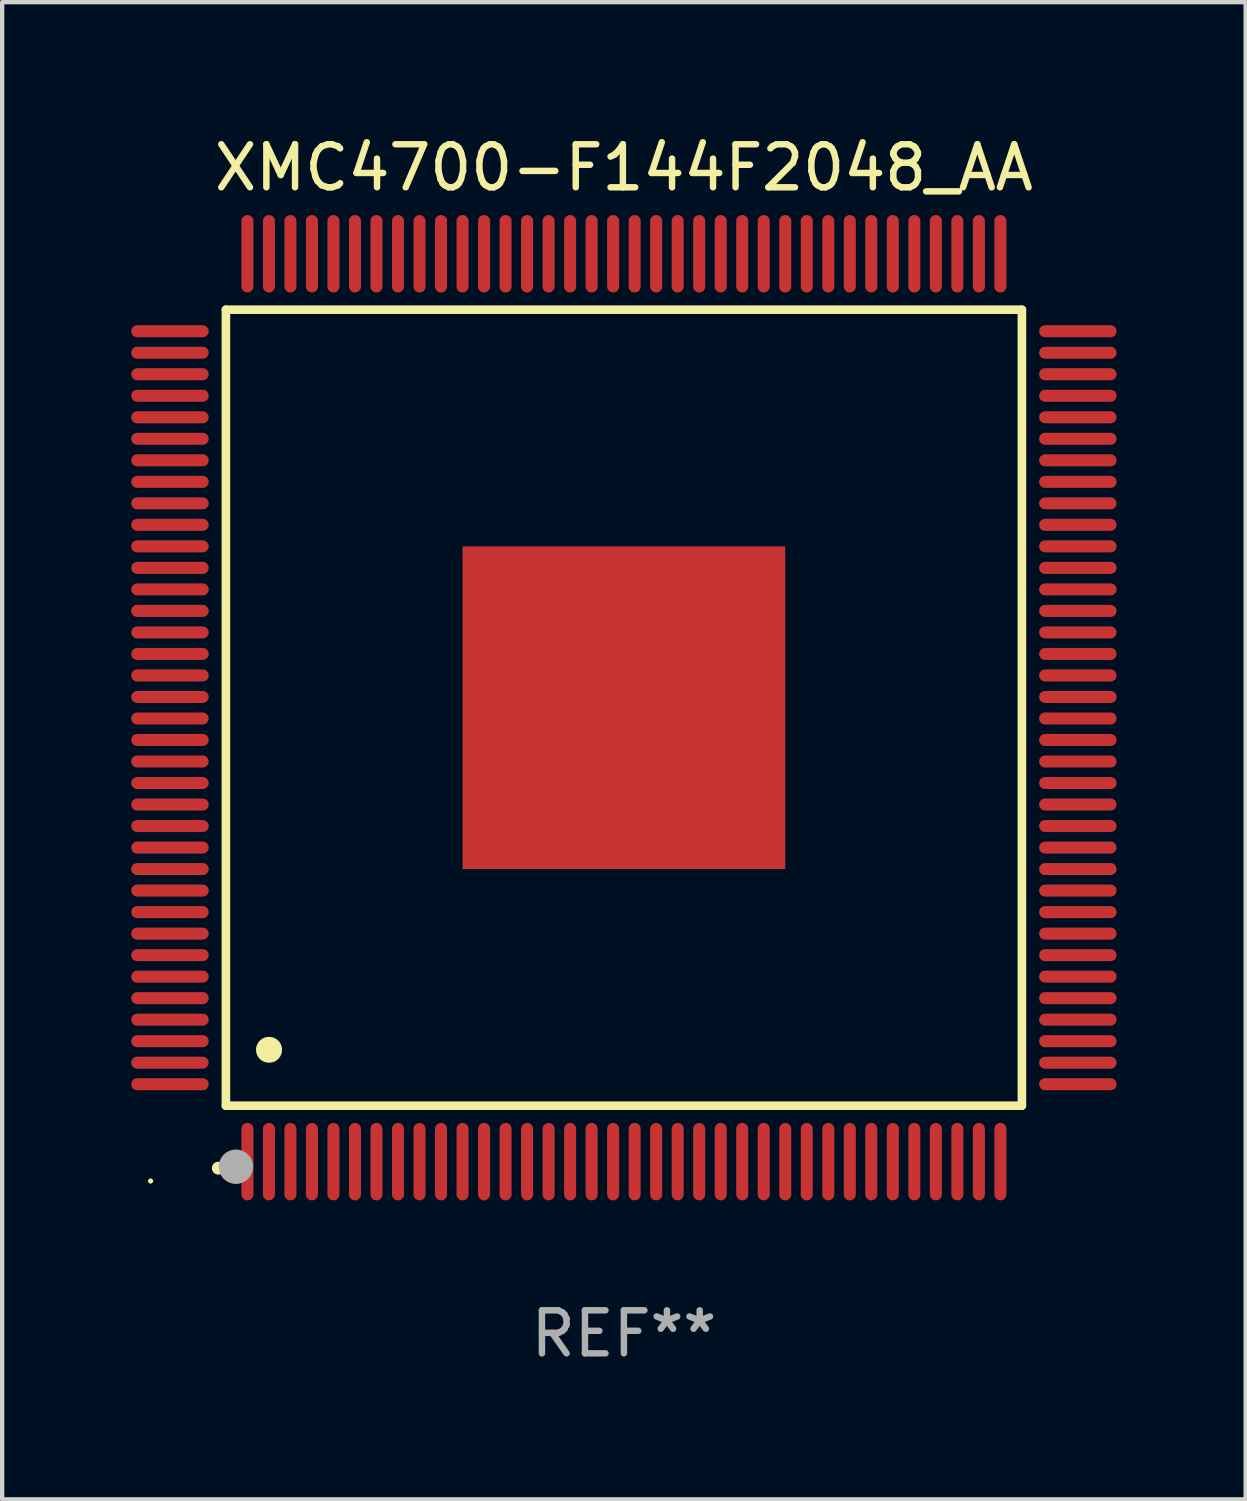
<source format=kicad_pcb>
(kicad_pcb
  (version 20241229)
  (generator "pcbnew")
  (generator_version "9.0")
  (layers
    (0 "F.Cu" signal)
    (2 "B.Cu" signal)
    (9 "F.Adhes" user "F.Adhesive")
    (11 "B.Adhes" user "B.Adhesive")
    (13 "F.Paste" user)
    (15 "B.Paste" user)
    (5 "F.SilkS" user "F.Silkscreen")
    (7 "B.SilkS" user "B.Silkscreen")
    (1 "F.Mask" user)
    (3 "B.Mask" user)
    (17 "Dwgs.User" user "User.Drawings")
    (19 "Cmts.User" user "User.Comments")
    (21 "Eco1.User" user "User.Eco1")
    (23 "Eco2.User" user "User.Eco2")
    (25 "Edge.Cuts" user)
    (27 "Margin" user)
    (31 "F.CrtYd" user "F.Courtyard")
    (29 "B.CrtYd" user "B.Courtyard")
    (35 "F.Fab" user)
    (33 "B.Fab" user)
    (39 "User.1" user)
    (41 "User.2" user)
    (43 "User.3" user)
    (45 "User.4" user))
  (footprint "XMC4700-F144F2048_AA"
    (layer "F.Cu")
    (at 11.45 13.398)
    (property "Reference" "XMC4700-F144F2048_AA" (at 0 -12.55 0) (layer "F.SilkS") (effects (font (size 1 1) (thickness 0.15))))
    (attr through_hole)
    (fp_line (start -9.25 -9.25) (end 9.25 -9.25) (stroke (width 0.2) (type solid)) (layer "F.SilkS"))
    (fp_line (start -9.25 9.25) (end -9.25 -9.25) (stroke (width 0.2) (type solid)) (layer "F.SilkS"))
    (fp_line (start 9.25 -9.25) (end 9.25 9.25) (stroke (width 0.2) (type solid)) (layer "F.SilkS"))
    (fp_line (start 9.25 9.25) (end -9.25 9.25) (stroke (width 0.2) (type solid)) (layer "F.SilkS"))
    (fp_arc (start -9.425959 10.701041) (mid -9.424689 10.701036) (end -9.423419 10.701041) (stroke (width 0.3) (type solid)) (layer "F.SilkS"))
    (fp_arc (start -8.249936 7.950216) (mid -8.247396 7.950205) (end -8.244856 7.950216) (stroke (width 0.6) (type solid)) (layer "F.SilkS"))
    (fp_circle (center -11 11) (end -10.97 11) (stroke (width 0.06) (type solid)) (fill no) (layer "F.SilkS"))
    (fp_circle (center -9.017 10.668) (end -8.817 10.668) (stroke (width 0.4) (type solid)) (fill no) (layer "F.Fab"))
    (fp_text user "REF**" (at 0 14.55 0) (layer "F.Fab") (effects (font (size 1 1) (thickness 0.15))))
    (pad "1" smd oval (at -8.75 10.55 180) (size 0.28 1.8) (layers "F.Cu" "F.Mask" "F.Paste"))
    (pad "2" smd oval (at -8.25 10.55 180) (size 0.28 1.8) (layers "F.Cu" "F.Mask" "F.Paste"))
    (pad "3" smd oval (at -7.75 10.55 180) (size 0.28 1.8) (layers "F.Cu" "F.Mask" "F.Paste"))
    (pad "4" smd oval (at -7.25 10.55 180) (size 0.28 1.8) (layers "F.Cu" "F.Mask" "F.Paste"))
    (pad "5" smd oval (at -6.75 10.55 180) (size 0.28 1.8) (layers "F.Cu" "F.Mask" "F.Paste"))
    (pad "6" smd oval (at -6.25 10.55 180) (size 0.28 1.8) (layers "F.Cu" "F.Mask" "F.Paste"))
    (pad "7" smd oval (at -5.75 10.55 180) (size 0.28 1.8) (layers "F.Cu" "F.Mask" "F.Paste"))
    (pad "8" smd oval (at -5.25 10.55 180) (size 0.28 1.8) (layers "F.Cu" "F.Mask" "F.Paste"))
    (pad "9" smd oval (at -4.75 10.55 180) (size 0.28 1.8) (layers "F.Cu" "F.Mask" "F.Paste"))
    (pad "10" smd oval (at -4.25 10.55 180) (size 0.28 1.8) (layers "F.Cu" "F.Mask" "F.Paste"))
    (pad "11" smd oval (at -3.75 10.55 180) (size 0.28 1.8) (layers "F.Cu" "F.Mask" "F.Paste"))
    (pad "12" smd oval (at -3.25 10.55 180) (size 0.28 1.8) (layers "F.Cu" "F.Mask" "F.Paste"))
    (pad "13" smd oval (at -2.75 10.55 180) (size 0.28 1.8) (layers "F.Cu" "F.Mask" "F.Paste"))
    (pad "14" smd oval (at -2.25 10.55 180) (size 0.28 1.8) (layers "F.Cu" "F.Mask" "F.Paste"))
    (pad "15" smd oval (at -1.75 10.55 180) (size 0.28 1.8) (layers "F.Cu" "F.Mask" "F.Paste"))
    (pad "16" smd oval (at -1.25 10.55 180) (size 0.28 1.8) (layers "F.Cu" "F.Mask" "F.Paste"))
    (pad "17" smd oval (at -0.75 10.55 180) (size 0.28 1.8) (layers "F.Cu" "F.Mask" "F.Paste"))
    (pad "18" smd oval (at -0.25 10.55 180) (size 0.28 1.8) (layers "F.Cu" "F.Mask" "F.Paste"))
    (pad "19" smd oval (at 0.25 10.55 180) (size 0.28 1.8) (layers "F.Cu" "F.Mask" "F.Paste"))
    (pad "20" smd oval (at 0.75 10.55 180) (size 0.28 1.8) (layers "F.Cu" "F.Mask" "F.Paste"))
    (pad "21" smd oval (at 1.25 10.55 180) (size 0.28 1.8) (layers "F.Cu" "F.Mask" "F.Paste"))
    (pad "22" smd oval (at 1.75 10.55 180) (size 0.28 1.8) (layers "F.Cu" "F.Mask" "F.Paste"))
    (pad "23" smd oval (at 2.25 10.55 180) (size 0.28 1.8) (layers "F.Cu" "F.Mask" "F.Paste"))
    (pad "24" smd oval (at 2.75 10.55 180) (size 0.28 1.8) (layers "F.Cu" "F.Mask" "F.Paste"))
    (pad "25" smd oval (at 3.25 10.55 180) (size 0.28 1.8) (layers "F.Cu" "F.Mask" "F.Paste"))
    (pad "26" smd oval (at 3.75 10.55 180) (size 0.28 1.8) (layers "F.Cu" "F.Mask" "F.Paste"))
    (pad "27" smd oval (at 4.25 10.55 180) (size 0.28 1.8) (layers "F.Cu" "F.Mask" "F.Paste"))
    (pad "28" smd oval (at 4.75 10.55 180) (size 0.28 1.8) (layers "F.Cu" "F.Mask" "F.Paste"))
    (pad "29" smd oval (at 5.25 10.55 180) (size 0.28 1.8) (layers "F.Cu" "F.Mask" "F.Paste"))
    (pad "30" smd oval (at 5.75 10.55 180) (size 0.28 1.8) (layers "F.Cu" "F.Mask" "F.Paste"))
    (pad "31" smd oval (at 6.25 10.55 180) (size 0.28 1.8) (layers "F.Cu" "F.Mask" "F.Paste"))
    (pad "32" smd oval (at 6.75 10.55 180) (size 0.28 1.8) (layers "F.Cu" "F.Mask" "F.Paste"))
    (pad "33" smd oval (at 7.25 10.55 180) (size 0.28 1.8) (layers "F.Cu" "F.Mask" "F.Paste"))
    (pad "34" smd oval (at 7.75 10.55 180) (size 0.28 1.8) (layers "F.Cu" "F.Mask" "F.Paste"))
    (pad "35" smd oval (at 8.25 10.55 180) (size 0.28 1.8) (layers "F.Cu" "F.Mask" "F.Paste"))
    (pad "36" smd oval (at 8.75 10.55 180) (size 0.28 1.8) (layers "F.Cu" "F.Mask" "F.Paste"))
    (pad "37" smd oval (at 10.55 8.75 90) (size 0.28 1.8) (layers "F.Cu" "F.Mask" "F.Paste"))
    (pad "38" smd oval (at 10.55 8.25 90) (size 0.28 1.8) (layers "F.Cu" "F.Mask" "F.Paste"))
    (pad "39" smd oval (at 10.55 7.75 90) (size 0.28 1.8) (layers "F.Cu" "F.Mask" "F.Paste"))
    (pad "40" smd oval (at 10.55 7.25 90) (size 0.28 1.8) (layers "F.Cu" "F.Mask" "F.Paste"))
    (pad "41" smd oval (at 10.55 6.75 90) (size 0.28 1.8) (layers "F.Cu" "F.Mask" "F.Paste"))
    (pad "42" smd oval (at 10.55 6.25 90) (size 0.28 1.8) (layers "F.Cu" "F.Mask" "F.Paste"))
    (pad "43" smd oval (at 10.55 5.75 90) (size 0.28 1.8) (layers "F.Cu" "F.Mask" "F.Paste"))
    (pad "44" smd oval (at 10.55 5.25 90) (size 0.28 1.8) (layers "F.Cu" "F.Mask" "F.Paste"))
    (pad "45" smd oval (at 10.55 4.75 90) (size 0.28 1.8) (layers "F.Cu" "F.Mask" "F.Paste"))
    (pad "46" smd oval (at 10.55 4.25 90) (size 0.28 1.8) (layers "F.Cu" "F.Mask" "F.Paste"))
    (pad "47" smd oval (at 10.55 3.75 90) (size 0.28 1.8) (layers "F.Cu" "F.Mask" "F.Paste"))
    (pad "48" smd oval (at 10.55 3.25 90) (size 0.28 1.8) (layers "F.Cu" "F.Mask" "F.Paste"))
    (pad "49" smd oval (at 10.55 2.75 90) (size 0.28 1.8) (layers "F.Cu" "F.Mask" "F.Paste"))
    (pad "50" smd oval (at 10.55 2.25 90) (size 0.28 1.8) (layers "F.Cu" "F.Mask" "F.Paste"))
    (pad "51" smd oval (at 10.55 1.75 90) (size 0.28 1.8) (layers "F.Cu" "F.Mask" "F.Paste"))
    (pad "52" smd oval (at 10.55 1.25 90) (size 0.28 1.8) (layers "F.Cu" "F.Mask" "F.Paste"))
    (pad "53" smd oval (at 10.55 0.75 90) (size 0.28 1.8) (layers "F.Cu" "F.Mask" "F.Paste"))
    (pad "54" smd oval (at 10.55 0.25 90) (size 0.28 1.8) (layers "F.Cu" "F.Mask" "F.Paste"))
    (pad "55" smd oval (at 10.55 -0.25 90) (size 0.28 1.8) (layers "F.Cu" "F.Mask" "F.Paste"))
    (pad "56" smd oval (at 10.55 -0.75 90) (size 0.28 1.8) (layers "F.Cu" "F.Mask" "F.Paste"))
    (pad "57" smd oval (at 10.55 -1.25 90) (size 0.28 1.8) (layers "F.Cu" "F.Mask" "F.Paste"))
    (pad "58" smd oval (at 10.55 -1.75 90) (size 0.28 1.8) (layers "F.Cu" "F.Mask" "F.Paste"))
    (pad "59" smd oval (at 10.55 -2.25 90) (size 0.28 1.8) (layers "F.Cu" "F.Mask" "F.Paste"))
    (pad "60" smd oval (at 10.55 -2.75 90) (size 0.28 1.8) (layers "F.Cu" "F.Mask" "F.Paste"))
    (pad "61" smd oval (at 10.55 -3.25 90) (size 0.28 1.8) (layers "F.Cu" "F.Mask" "F.Paste"))
    (pad "62" smd oval (at 10.55 -3.75 90) (size 0.28 1.8) (layers "F.Cu" "F.Mask" "F.Paste"))
    (pad "63" smd oval (at 10.55 -4.25 90) (size 0.28 1.8) (layers "F.Cu" "F.Mask" "F.Paste"))
    (pad "64" smd oval (at 10.55 -4.75 90) (size 0.28 1.8) (layers "F.Cu" "F.Mask" "F.Paste"))
    (pad "65" smd oval (at 10.55 -5.25 90) (size 0.28 1.8) (layers "F.Cu" "F.Mask" "F.Paste"))
    (pad "66" smd oval (at 10.55 -5.75 90) (size 0.28 1.8) (layers "F.Cu" "F.Mask" "F.Paste"))
    (pad "67" smd oval (at 10.55 -6.25 90) (size 0.28 1.8) (layers "F.Cu" "F.Mask" "F.Paste"))
    (pad "68" smd oval (at 10.55 -6.75 90) (size 0.28 1.8) (layers "F.Cu" "F.Mask" "F.Paste"))
    (pad "69" smd oval (at 10.55 -7.25 90) (size 0.28 1.8) (layers "F.Cu" "F.Mask" "F.Paste"))
    (pad "70" smd oval (at 10.55 -7.75 90) (size 0.28 1.8) (layers "F.Cu" "F.Mask" "F.Paste"))
    (pad "71" smd oval (at 10.55 -8.25 90) (size 0.28 1.8) (layers "F.Cu" "F.Mask" "F.Paste"))
    (pad "72" smd oval (at 10.55 -8.75 90) (size 0.28 1.8) (layers "F.Cu" "F.Mask" "F.Paste"))
    (pad "73" smd oval (at 8.75 -10.55 180) (size 0.28 1.8) (layers "F.Cu" "F.Mask" "F.Paste"))
    (pad "74" smd oval (at 8.25 -10.55 180) (size 0.28 1.8) (layers "F.Cu" "F.Mask" "F.Paste"))
    (pad "75" smd oval (at 7.75 -10.55 180) (size 0.28 1.8) (layers "F.Cu" "F.Mask" "F.Paste"))
    (pad "76" smd oval (at 7.25 -10.55 180) (size 0.28 1.8) (layers "F.Cu" "F.Mask" "F.Paste"))
    (pad "77" smd oval (at 6.75 -10.55 180) (size 0.28 1.8) (layers "F.Cu" "F.Mask" "F.Paste"))
    (pad "78" smd oval (at 6.25 -10.55 180) (size 0.28 1.8) (layers "F.Cu" "F.Mask" "F.Paste"))
    (pad "79" smd oval (at 5.75 -10.55 180) (size 0.28 1.8) (layers "F.Cu" "F.Mask" "F.Paste"))
    (pad "80" smd oval (at 5.25 -10.55 180) (size 0.28 1.8) (layers "F.Cu" "F.Mask" "F.Paste"))
    (pad "81" smd oval (at 4.75 -10.55 180) (size 0.28 1.8) (layers "F.Cu" "F.Mask" "F.Paste"))
    (pad "82" smd oval (at 4.25 -10.55 180) (size 0.28 1.8) (layers "F.Cu" "F.Mask" "F.Paste"))
    (pad "83" smd oval (at 3.75 -10.55 180) (size 0.28 1.8) (layers "F.Cu" "F.Mask" "F.Paste"))
    (pad "84" smd oval (at 3.25 -10.55 180) (size 0.28 1.8) (layers "F.Cu" "F.Mask" "F.Paste"))
    (pad "85" smd oval (at 2.75 -10.55 180) (size 0.28 1.8) (layers "F.Cu" "F.Mask" "F.Paste"))
    (pad "86" smd oval (at 2.25 -10.55 180) (size 0.28 1.8) (layers "F.Cu" "F.Mask" "F.Paste"))
    (pad "87" smd oval (at 1.75 -10.55 180) (size 0.28 1.8) (layers "F.Cu" "F.Mask" "F.Paste"))
    (pad "88" smd oval (at 1.25 -10.55 180) (size 0.28 1.8) (layers "F.Cu" "F.Mask" "F.Paste"))
    (pad "89" smd oval (at 0.75 -10.55 180) (size 0.28 1.8) (layers "F.Cu" "F.Mask" "F.Paste"))
    (pad "90" smd oval (at 0.25 -10.55 180) (size 0.28 1.8) (layers "F.Cu" "F.Mask" "F.Paste"))
    (pad "91" smd oval (at -0.25 -10.55 180) (size 0.28 1.8) (layers "F.Cu" "F.Mask" "F.Paste"))
    (pad "92" smd oval (at -0.75 -10.55 180) (size 0.28 1.8) (layers "F.Cu" "F.Mask" "F.Paste"))
    (pad "93" smd oval (at -1.25 -10.55 180) (size 0.28 1.8) (layers "F.Cu" "F.Mask" "F.Paste"))
    (pad "94" smd oval (at -1.75 -10.55 180) (size 0.28 1.8) (layers "F.Cu" "F.Mask" "F.Paste"))
    (pad "95" smd oval (at -2.25 -10.55 180) (size 0.28 1.8) (layers "F.Cu" "F.Mask" "F.Paste"))
    (pad "96" smd oval (at -2.75 -10.55 180) (size 0.28 1.8) (layers "F.Cu" "F.Mask" "F.Paste"))
    (pad "97" smd oval (at -3.25 -10.55 180) (size 0.28 1.8) (layers "F.Cu" "F.Mask" "F.Paste"))
    (pad "98" smd oval (at -3.75 -10.55 180) (size 0.28 1.8) (layers "F.Cu" "F.Mask" "F.Paste"))
    (pad "99" smd oval (at -4.25 -10.55 180) (size 0.28 1.8) (layers "F.Cu" "F.Mask" "F.Paste"))
    (pad "100" smd oval (at -4.75 -10.55 180) (size 0.28 1.8) (layers "F.Cu" "F.Mask" "F.Paste"))
    (pad "101" smd oval (at -5.25 -10.55 180) (size 0.28 1.8) (layers "F.Cu" "F.Mask" "F.Paste"))
    (pad "102" smd oval (at -5.75 -10.55 180) (size 0.28 1.8) (layers "F.Cu" "F.Mask" "F.Paste"))
    (pad "103" smd oval (at -6.25 -10.55 180) (size 0.28 1.8) (layers "F.Cu" "F.Mask" "F.Paste"))
    (pad "104" smd oval (at -6.75 -10.55 180) (size 0.28 1.8) (layers "F.Cu" "F.Mask" "F.Paste"))
    (pad "105" smd oval (at -7.25 -10.55 180) (size 0.28 1.8) (layers "F.Cu" "F.Mask" "F.Paste"))
    (pad "106" smd oval (at -7.75 -10.55 180) (size 0.28 1.8) (layers "F.Cu" "F.Mask" "F.Paste"))
    (pad "107" smd oval (at -8.25 -10.55 180) (size 0.28 1.8) (layers "F.Cu" "F.Mask" "F.Paste"))
    (pad "108" smd oval (at -8.75 -10.55 180) (size 0.28 1.8) (layers "F.Cu" "F.Mask" "F.Paste"))
    (pad "109" smd oval (at -10.55 -8.75 90) (size 0.28 1.8) (layers "F.Cu" "F.Mask" "F.Paste"))
    (pad "110" smd oval (at -10.55 -8.25 90) (size 0.28 1.8) (layers "F.Cu" "F.Mask" "F.Paste"))
    (pad "111" smd oval (at -10.55 -7.75 90) (size 0.28 1.8) (layers "F.Cu" "F.Mask" "F.Paste"))
    (pad "112" smd oval (at -10.55 -7.25 90) (size 0.28 1.8) (layers "F.Cu" "F.Mask" "F.Paste"))
    (pad "113" smd oval (at -10.55 -6.75 90) (size 0.28 1.8) (layers "F.Cu" "F.Mask" "F.Paste"))
    (pad "114" smd oval (at -10.55 -6.25 90) (size 0.28 1.8) (layers "F.Cu" "F.Mask" "F.Paste"))
    (pad "115" smd oval (at -10.55 -5.75 90) (size 0.28 1.8) (layers "F.Cu" "F.Mask" "F.Paste"))
    (pad "116" smd oval (at -10.55 -5.25 90) (size 0.28 1.8) (layers "F.Cu" "F.Mask" "F.Paste"))
    (pad "117" smd oval (at -10.55 -4.75 90) (size 0.28 1.8) (layers "F.Cu" "F.Mask" "F.Paste"))
    (pad "118" smd oval (at -10.55 -4.25 90) (size 0.28 1.8) (layers "F.Cu" "F.Mask" "F.Paste"))
    (pad "119" smd oval (at -10.55 -3.75 90) (size 0.28 1.8) (layers "F.Cu" "F.Mask" "F.Paste"))
    (pad "120" smd oval (at -10.55 -3.25 90) (size 0.28 1.8) (layers "F.Cu" "F.Mask" "F.Paste"))
    (pad "121" smd oval (at -10.55 -2.75 90) (size 0.28 1.8) (layers "F.Cu" "F.Mask" "F.Paste"))
    (pad "122" smd oval (at -10.55 -2.25 90) (size 0.28 1.8) (layers "F.Cu" "F.Mask" "F.Paste"))
    (pad "123" smd oval (at -10.55 -1.75 90) (size 0.28 1.8) (layers "F.Cu" "F.Mask" "F.Paste"))
    (pad "124" smd oval (at -10.55 -1.25 90) (size 0.28 1.8) (layers "F.Cu" "F.Mask" "F.Paste"))
    (pad "125" smd oval (at -10.55 -0.75 90) (size 0.28 1.8) (layers "F.Cu" "F.Mask" "F.Paste"))
    (pad "126" smd oval (at -10.55 -0.25 90) (size 0.28 1.8) (layers "F.Cu" "F.Mask" "F.Paste"))
    (pad "127" smd oval (at -10.55 0.25 90) (size 0.28 1.8) (layers "F.Cu" "F.Mask" "F.Paste"))
    (pad "128" smd oval (at -10.55 0.75 90) (size 0.28 1.8) (layers "F.Cu" "F.Mask" "F.Paste"))
    (pad "129" smd oval (at -10.55 1.25 90) (size 0.28 1.8) (layers "F.Cu" "F.Mask" "F.Paste"))
    (pad "130" smd oval (at -10.55 1.75 90) (size 0.28 1.8) (layers "F.Cu" "F.Mask" "F.Paste"))
    (pad "131" smd oval (at -10.55 2.25 90) (size 0.28 1.8) (layers "F.Cu" "F.Mask" "F.Paste"))
    (pad "132" smd oval (at -10.55 2.75 90) (size 0.28 1.8) (layers "F.Cu" "F.Mask" "F.Paste"))
    (pad "133" smd oval (at -10.55 3.25 90) (size 0.28 1.8) (layers "F.Cu" "F.Mask" "F.Paste"))
    (pad "134" smd oval (at -10.55 3.75 90) (size 0.28 1.8) (layers "F.Cu" "F.Mask" "F.Paste"))
    (pad "135" smd oval (at -10.55 4.25 90) (size 0.28 1.8) (layers "F.Cu" "F.Mask" "F.Paste"))
    (pad "136" smd oval (at -10.55 4.75 90) (size 0.28 1.8) (layers "F.Cu" "F.Mask" "F.Paste"))
    (pad "137" smd oval (at -10.55 5.25 90) (size 0.28 1.8) (layers "F.Cu" "F.Mask" "F.Paste"))
    (pad "138" smd oval (at -10.55 5.75 90) (size 0.28 1.8) (layers "F.Cu" "F.Mask" "F.Paste"))
    (pad "139" smd oval (at -10.55 6.25 90) (size 0.28 1.8) (layers "F.Cu" "F.Mask" "F.Paste"))
    (pad "140" smd oval (at -10.55 6.75 90) (size 0.28 1.8) (layers "F.Cu" "F.Mask" "F.Paste"))
    (pad "141" smd oval (at -10.55 7.25 90) (size 0.28 1.8) (layers "F.Cu" "F.Mask" "F.Paste"))
    (pad "142" smd oval (at -10.55 7.75 90) (size 0.28 1.8) (layers "F.Cu" "F.Mask" "F.Paste"))
    (pad "143" smd oval (at -10.55 8.25 90) (size 0.28 1.8) (layers "F.Cu" "F.Mask" "F.Paste"))
    (pad "144" smd oval (at -10.55 8.75 90) (size 0.28 1.8) (layers "F.Cu" "F.Mask" "F.Paste"))
    (pad "145" smd rect (at 0 0 90) (size 7.5 7.5) (layers "F.Cu" "F.Mask" "F.Paste")))
  (gr_rect
    (start -3 -3)
    (end 25.9 31.796)
    (stroke (width 0.1) (type default))
    (fill no)
    (layer "Edge.Cuts")))
</source>
